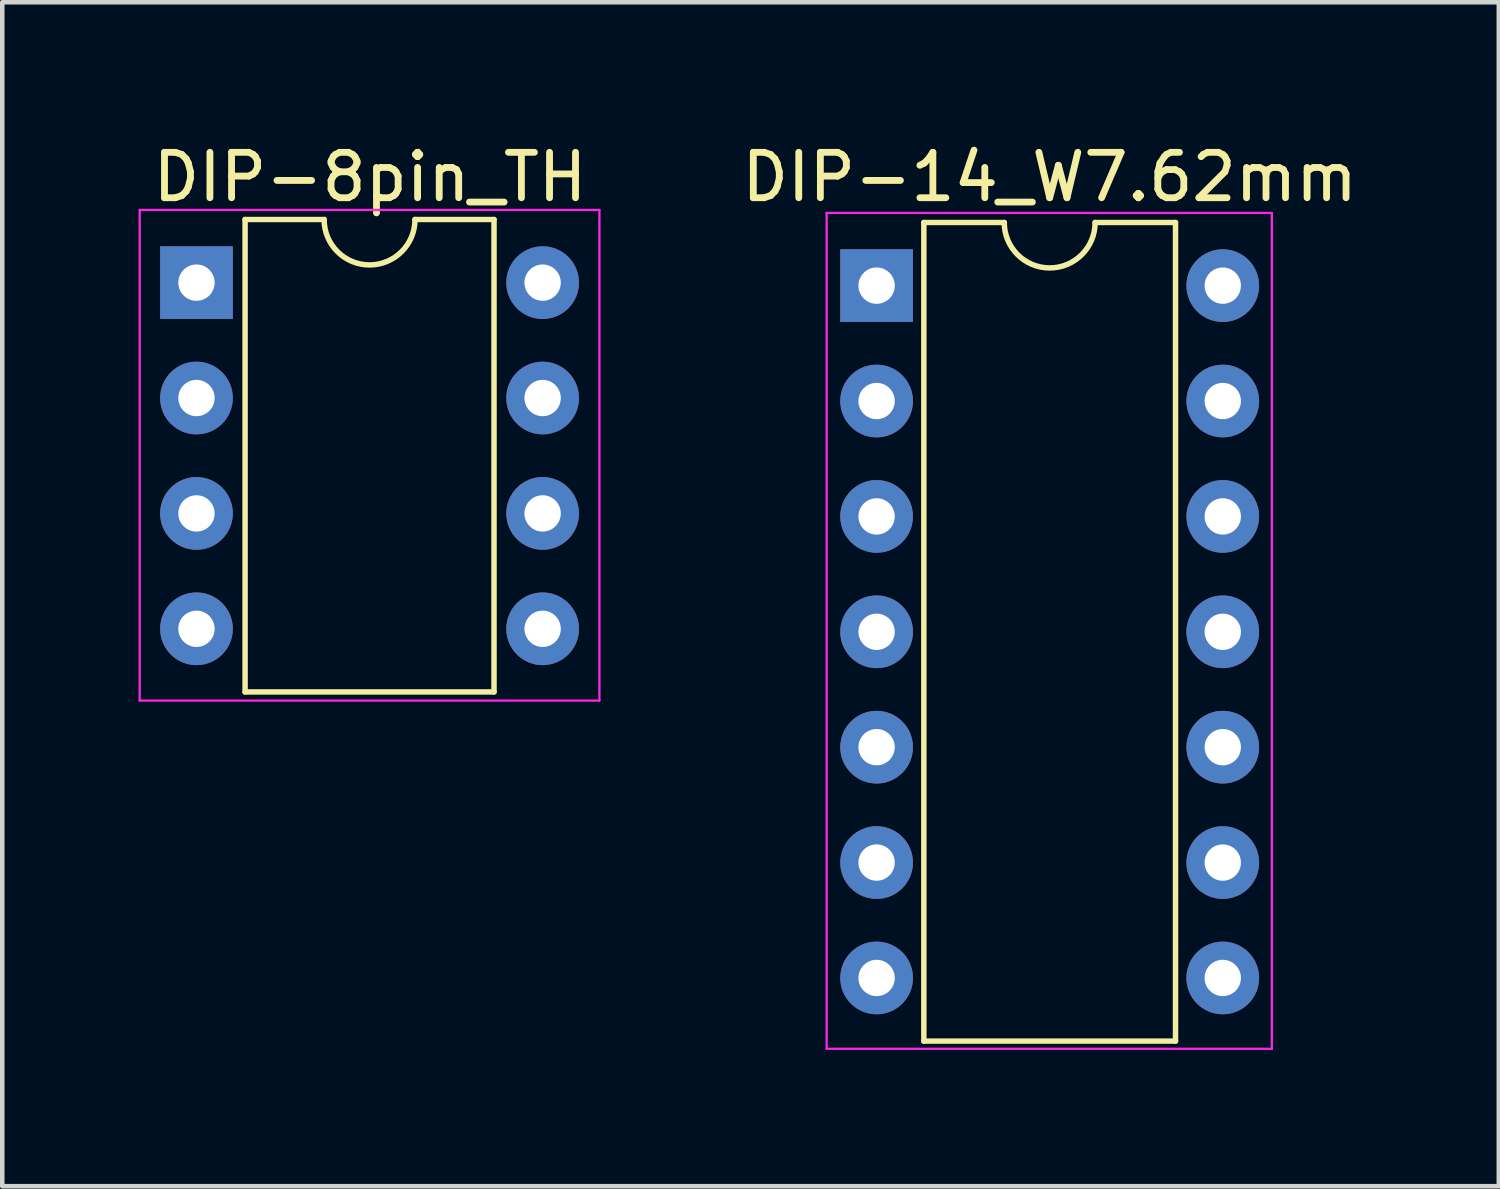
<source format=kicad_pcb>
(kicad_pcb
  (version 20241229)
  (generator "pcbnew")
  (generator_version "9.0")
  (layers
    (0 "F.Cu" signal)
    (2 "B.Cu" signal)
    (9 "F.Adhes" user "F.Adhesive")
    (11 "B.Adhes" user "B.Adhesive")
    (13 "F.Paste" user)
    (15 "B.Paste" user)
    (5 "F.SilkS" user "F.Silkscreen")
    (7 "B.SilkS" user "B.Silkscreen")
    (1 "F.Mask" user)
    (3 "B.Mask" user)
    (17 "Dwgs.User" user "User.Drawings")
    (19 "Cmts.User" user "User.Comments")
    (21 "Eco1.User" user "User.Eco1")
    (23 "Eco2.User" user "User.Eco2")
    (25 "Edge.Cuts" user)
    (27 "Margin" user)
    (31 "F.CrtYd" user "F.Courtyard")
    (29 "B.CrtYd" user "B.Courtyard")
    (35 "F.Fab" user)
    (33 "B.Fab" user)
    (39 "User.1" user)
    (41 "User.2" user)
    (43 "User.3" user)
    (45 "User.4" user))
  (footprint "DIP-8pin_TH"
    (layer "F.Cu")
    (at 1.275 3.172)
    (property "Reference" "DIP-8pin_TH" (at 3.82 -2.324 0) (layer "F.SilkS") (effects (font (size 1 1) (thickness 0.15))))
    (attr through_hole)
    (fp_line (start 1.07 -1.39) (end 1.07 9.01) (stroke (width 0.12) (type solid)) (layer "F.SilkS"))
    (fp_line (start 1.07 9.01) (end 6.55 9.01) (stroke (width 0.12) (type solid)) (layer "F.SilkS"))
    (fp_line (start 2.81 -1.39) (end 1.07 -1.39) (stroke (width 0.12) (type solid)) (layer "F.SilkS"))
    (fp_line (start 6.55 -1.39) (end 4.81 -1.39) (stroke (width 0.12) (type solid)) (layer "F.SilkS"))
    (fp_line (start 6.55 9.01) (end 6.55 -1.39) (stroke (width 0.12) (type solid)) (layer "F.SilkS"))
    (fp_arc (start 4.81 -1.39) (mid 3.81 -0.39) (end 2.81 -1.39) (stroke (width 0.12) (type solid)) (layer "F.SilkS"))
    (fp_line (start -1.25 -1.6) (end -1.25 9.2) (stroke (width 0.05) (type solid)) (layer "F.CrtYd"))
    (fp_line (start -1.25 9.2) (end 8.87 9.2) (stroke (width 0.05) (type solid)) (layer "F.CrtYd"))
    (fp_line (start 8.87 -1.6) (end -1.25 -1.6) (stroke (width 0.05) (type solid)) (layer "F.CrtYd"))
    (fp_line (start 8.87 9.2) (end 8.87 -1.6) (stroke (width 0.05) (type solid)) (layer "F.CrtYd"))
    (pad "1" thru_hole rect (at 0 0) (size 1.6 1.6) (drill 0.8) (layers "*.Cu" "*.Mask"))
    (pad "2" thru_hole oval (at 0 2.54) (size 1.6 1.6) (drill 0.8) (layers "*.Cu" "*.Mask"))
    (pad "3" thru_hole oval (at 0 5.08) (size 1.6 1.6) (drill 0.8) (layers "*.Cu" "*.Mask"))
    (pad "4" thru_hole oval (at 0 7.62) (size 1.6 1.6) (drill 0.8) (layers "*.Cu" "*.Mask"))
    (pad "5" thru_hole oval (at 7.62 7.62) (size 1.6 1.6) (drill 0.8) (layers "*.Cu" "*.Mask"))
    (pad "6" thru_hole oval (at 7.62 5.08) (size 1.6 1.6) (drill 0.8) (layers "*.Cu" "*.Mask"))
    (pad "7" thru_hole oval (at 7.62 2.54) (size 1.6 1.6) (drill 0.8) (layers "*.Cu" "*.Mask"))
    (pad "8" thru_hole oval (at 7.62 0) (size 1.6 1.6) (drill 0.8) (layers "*.Cu" "*.Mask")))
  (footprint "DIP-14_W7.62mm"
    (layer "F.Cu")
    (at 16.247 3.288)
    (property "Reference" "DIP-14_W7.62mm" (at 3.81 -2.44 0) (layer "F.SilkS") (effects (font (size 1 1) (thickness 0.15))))
    (attr through_hole)
    (fp_line (start 1.04 -1.44) (end 1.04 16.58) (stroke (width 0.12) (type solid)) (layer "F.SilkS"))
    (fp_line (start 1.04 16.58) (end 6.58 16.58) (stroke (width 0.12) (type solid)) (layer "F.SilkS"))
    (fp_line (start 2.81 -1.44) (end 1.04 -1.44) (stroke (width 0.12) (type solid)) (layer "F.SilkS"))
    (fp_line (start 6.58 -1.44) (end 4.81 -1.44) (stroke (width 0.12) (type solid)) (layer "F.SilkS"))
    (fp_line (start 6.58 16.58) (end 6.58 -1.44) (stroke (width 0.12) (type solid)) (layer "F.SilkS"))
    (fp_arc (start 4.81 -1.44) (mid 3.81 -0.44) (end 2.81 -1.44) (stroke (width 0.12) (type solid)) (layer "F.SilkS"))
    (fp_line (start -1.1 -1.65) (end -1.1 16.75) (stroke (width 0.05) (type solid)) (layer "F.CrtYd"))
    (fp_line (start -1.1 16.75) (end 8.7 16.75) (stroke (width 0.05) (type solid)) (layer "F.CrtYd"))
    (fp_line (start 8.7 -1.65) (end -1.1 -1.65) (stroke (width 0.05) (type solid)) (layer "F.CrtYd"))
    (fp_line (start 8.7 16.75) (end 8.7 -1.65) (stroke (width 0.05) (type solid)) (layer "F.CrtYd"))
    (fp_text user "" (at 3.81 7.57 0) (layer "F.SilkS") (effects (font (size 1 1) (thickness 0.15))))
    (pad "1" thru_hole rect (at 0 -0.05) (size 1.6 1.6) (drill 0.8) (layers "*.Cu" "*.Mask"))
    (pad "2" thru_hole oval (at 0 2.49) (size 1.6 1.6) (drill 0.8) (layers "*.Cu" "*.Mask"))
    (pad "3" thru_hole oval (at 0 5.03) (size 1.6 1.6) (drill 0.8) (layers "*.Cu" "*.Mask"))
    (pad "4" thru_hole oval (at 0 7.57) (size 1.6 1.6) (drill 0.8) (layers "*.Cu" "*.Mask"))
    (pad "5" thru_hole oval (at 0 10.11) (size 1.6 1.6) (drill 0.8) (layers "*.Cu" "*.Mask"))
    (pad "6" thru_hole oval (at 0 12.65) (size 1.6 1.6) (drill 0.8) (layers "*.Cu" "*.Mask"))
    (pad "7" thru_hole oval (at 0 15.19) (size 1.6 1.6) (drill 0.8) (layers "*.Cu" "*.Mask"))
    (pad "8" thru_hole oval (at 7.62 15.19) (size 1.6 1.6) (drill 0.8) (layers "*.Cu" "*.Mask"))
    (pad "9" thru_hole oval (at 7.62 12.65) (size 1.6 1.6) (drill 0.8) (layers "*.Cu" "*.Mask"))
    (pad "10" thru_hole oval (at 7.62 10.11) (size 1.6 1.6) (drill 0.8) (layers "*.Cu" "*.Mask"))
    (pad "11" thru_hole oval (at 7.62 7.57) (size 1.6 1.6) (drill 0.8) (layers "*.Cu" "*.Mask"))
    (pad "12" thru_hole oval (at 7.62 5.03) (size 1.6 1.6) (drill 0.8) (layers "*.Cu" "*.Mask"))
    (pad "13" thru_hole oval (at 7.62 2.49) (size 1.6 1.6) (drill 0.8) (layers "*.Cu" "*.Mask"))
    (pad "14" thru_hole oval (at 7.62 -0.05) (size 1.6 1.6) (drill 0.8) (layers "*.Cu" "*.Mask")))
  (gr_rect
    (start -3 -3)
    (end 29.944 23.063)
    (stroke (width 0.1) (type default))
    (fill no)
    (layer "Edge.Cuts")))
</source>
